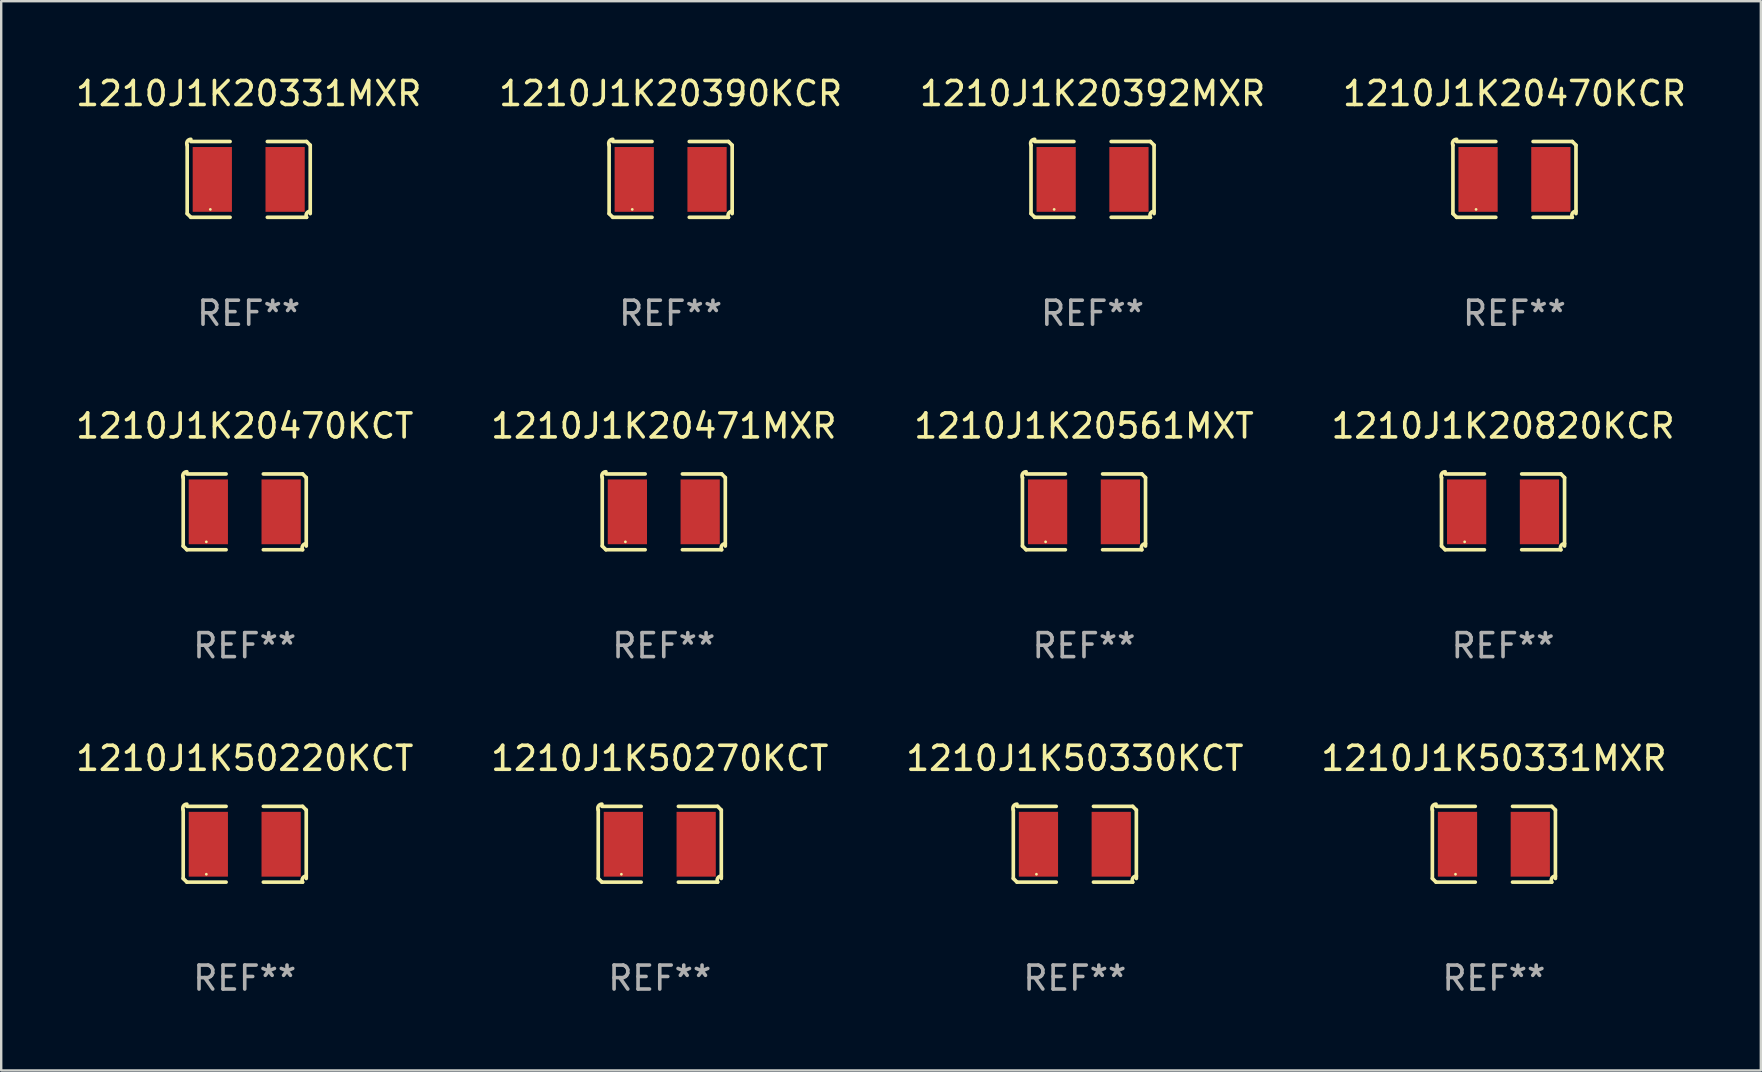
<source format=kicad_pcb>
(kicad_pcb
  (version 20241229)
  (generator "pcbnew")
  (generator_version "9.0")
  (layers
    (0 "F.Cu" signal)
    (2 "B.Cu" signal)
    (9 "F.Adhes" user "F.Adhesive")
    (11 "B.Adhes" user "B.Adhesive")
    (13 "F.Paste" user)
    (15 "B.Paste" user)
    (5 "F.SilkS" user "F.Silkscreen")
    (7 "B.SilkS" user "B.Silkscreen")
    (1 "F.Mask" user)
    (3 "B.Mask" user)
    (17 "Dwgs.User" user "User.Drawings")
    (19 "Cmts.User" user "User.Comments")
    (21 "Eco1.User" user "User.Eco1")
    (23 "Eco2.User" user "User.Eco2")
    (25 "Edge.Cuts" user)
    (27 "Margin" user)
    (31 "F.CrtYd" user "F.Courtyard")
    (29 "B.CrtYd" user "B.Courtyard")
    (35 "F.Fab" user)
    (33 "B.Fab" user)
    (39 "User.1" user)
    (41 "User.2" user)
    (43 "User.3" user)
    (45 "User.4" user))
  (footprint "1210J1K20561MXT"
    (layer "F.Cu")
    (at 42.125 18.281)
    (property "Reference" "1210J1K20561MXT" (at 0 -3.579 0) (layer "F.SilkS") (effects (font (size 1 1) (thickness 0.15))))
    (attr through_hole)
    (fp_line (start -2.564 1.426) (end -2.564 -1.426) (stroke (width 0.152) (type solid)) (layer "F.SilkS"))
    (fp_line (start -2.411 -1.579) (end -0.776 -1.579) (stroke (width 0.152) (type solid)) (layer "F.SilkS"))
    (fp_line (start -0.776 1.579) (end -2.411 1.579) (stroke (width 0.152) (type solid)) (layer "F.SilkS"))
    (fp_line (start 0.776 1.579) (end 2.411 1.579) (stroke (width 0.152) (type solid)) (layer "F.SilkS"))
    (fp_line (start 2.411 -1.579) (end 0.776 -1.579) (stroke (width 0.152) (type solid)) (layer "F.SilkS"))
    (fp_line (start 2.564 1.426) (end 2.564 -1.426) (stroke (width 0.152) (type solid)) (layer "F.SilkS"))
    (fp_arc (start -2.563602 -1.426213) (mid -2.555597 -1.591233) (end -2.411201 -1.671518) (stroke (width 0.1524) (type solid)) (layer "F.SilkS"))
    (fp_arc (start -2.5636 1.426214) (mid -2.487389 1.502402) (end -2.411201 1.578613) (stroke (width 0.1524) (type solid)) (layer "F.SilkS"))
    (fp_arc (start 2.411197 -1.578618) (mid 2.487403 -1.502419) (end 2.563602 -1.426213) (stroke (width 0.1524) (type solid)) (layer "F.SilkS"))
    (fp_arc (start 2.411201 1.578613) (mid 2.416214 1.409455) (end 2.563602 1.32629) (stroke (width 0.1524) (type solid)) (layer "F.SilkS"))
    (fp_circle (center -1.6 1.25) (end -1.57 1.25) (stroke (width 0.06) (type solid)) (fill no) (layer "F.SilkS"))
    (fp_text user "REF**" (at 0 5.579 0) (layer "F.Fab") (effects (font (size 1 1) (thickness 0.15))))
    (pad "1" smd rect (at -1.517 0) (size 1.635 2.7) (layers "F.Cu" "F.Mask" "F.Paste"))
    (pad "2" smd rect (at 1.517 0) (size 1.635 2.7) (layers "F.Cu" "F.Mask" "F.Paste")))
  (footprint "1210J1K50331MXR"
    (layer "F.Cu")
    (at 59.208 32.134)
    (property "Reference" "1210J1K50331MXR" (at 0 -3.579 0) (layer "F.SilkS") (effects (font (size 1 1) (thickness 0.15))))
    (attr through_hole)
    (fp_line (start -2.564 1.426) (end -2.564 -1.426) (stroke (width 0.152) (type solid)) (layer "F.SilkS"))
    (fp_line (start -2.411 -1.579) (end -0.776 -1.579) (stroke (width 0.152) (type solid)) (layer "F.SilkS"))
    (fp_line (start -0.776 1.579) (end -2.411 1.579) (stroke (width 0.152) (type solid)) (layer "F.SilkS"))
    (fp_line (start 0.776 1.579) (end 2.411 1.579) (stroke (width 0.152) (type solid)) (layer "F.SilkS"))
    (fp_line (start 2.411 -1.579) (end 0.776 -1.579) (stroke (width 0.152) (type solid)) (layer "F.SilkS"))
    (fp_line (start 2.564 1.426) (end 2.564 -1.426) (stroke (width 0.152) (type solid)) (layer "F.SilkS"))
    (fp_arc (start -2.563602 -1.426213) (mid -2.555597 -1.591233) (end -2.411201 -1.671518) (stroke (width 0.1524) (type solid)) (layer "F.SilkS"))
    (fp_arc (start -2.5636 1.426214) (mid -2.487389 1.502402) (end -2.411201 1.578613) (stroke (width 0.1524) (type solid)) (layer "F.SilkS"))
    (fp_arc (start 2.411197 -1.578618) (mid 2.487403 -1.502419) (end 2.563602 -1.426213) (stroke (width 0.1524) (type solid)) (layer "F.SilkS"))
    (fp_arc (start 2.411201 1.578613) (mid 2.416214 1.409455) (end 2.563602 1.32629) (stroke (width 0.1524) (type solid)) (layer "F.SilkS"))
    (fp_circle (center -1.6 1.25) (end -1.57 1.25) (stroke (width 0.06) (type solid)) (fill no) (layer "F.SilkS"))
    (fp_text user "REF**" (at 0 5.579 0) (layer "F.Fab") (effects (font (size 1 1) (thickness 0.15))))
    (pad "1" smd rect (at -1.517 0) (size 1.635 2.7) (layers "F.Cu" "F.Mask" "F.Paste"))
    (pad "2" smd rect (at 1.517 0) (size 1.635 2.7) (layers "F.Cu" "F.Mask" "F.Paste")))
  (footprint "1210J1K20820KCR"
    (layer "F.Cu")
    (at 59.589 18.281)
    (property "Reference" "1210J1K20820KCR" (at 0 -3.579 0) (layer "F.SilkS") (effects (font (size 1 1) (thickness 0.15))))
    (attr through_hole)
    (fp_line (start -2.564 1.426) (end -2.564 -1.426) (stroke (width 0.152) (type solid)) (layer "F.SilkS"))
    (fp_line (start -2.411 -1.579) (end -0.776 -1.579) (stroke (width 0.152) (type solid)) (layer "F.SilkS"))
    (fp_line (start -0.776 1.579) (end -2.411 1.579) (stroke (width 0.152) (type solid)) (layer "F.SilkS"))
    (fp_line (start 0.776 1.579) (end 2.411 1.579) (stroke (width 0.152) (type solid)) (layer "F.SilkS"))
    (fp_line (start 2.411 -1.579) (end 0.776 -1.579) (stroke (width 0.152) (type solid)) (layer "F.SilkS"))
    (fp_line (start 2.564 1.426) (end 2.564 -1.426) (stroke (width 0.152) (type solid)) (layer "F.SilkS"))
    (fp_arc (start -2.563602 -1.426213) (mid -2.555597 -1.591233) (end -2.411201 -1.671518) (stroke (width 0.1524) (type solid)) (layer "F.SilkS"))
    (fp_arc (start -2.5636 1.426214) (mid -2.487389 1.502402) (end -2.411201 1.578613) (stroke (width 0.1524) (type solid)) (layer "F.SilkS"))
    (fp_arc (start 2.411197 -1.578618) (mid 2.487403 -1.502419) (end 2.563602 -1.426213) (stroke (width 0.1524) (type solid)) (layer "F.SilkS"))
    (fp_arc (start 2.411201 1.578613) (mid 2.416214 1.409455) (end 2.563602 1.32629) (stroke (width 0.1524) (type solid)) (layer "F.SilkS"))
    (fp_circle (center -1.6 1.25) (end -1.57 1.25) (stroke (width 0.06) (type solid)) (fill no) (layer "F.SilkS"))
    (fp_text user "REF**" (at 0 5.579 0) (layer "F.Fab") (effects (font (size 1 1) (thickness 0.15))))
    (pad "1" smd rect (at -1.517 0) (size 1.635 2.7) (layers "F.Cu" "F.Mask" "F.Paste"))
    (pad "2" smd rect (at 1.517 0) (size 1.635 2.7) (layers "F.Cu" "F.Mask" "F.Paste")))
  (footprint "1210J1K20331MXR"
    (layer "F.Cu")
    (at 7.315 4.427)
    (property "Reference" "1210J1K20331MXR" (at 0 -3.579 0) (layer "F.SilkS") (effects (font (size 1 1) (thickness 0.15))))
    (attr through_hole)
    (fp_line (start -2.564 1.426) (end -2.564 -1.426) (stroke (width 0.152) (type solid)) (layer "F.SilkS"))
    (fp_line (start -2.411 -1.579) (end -0.776 -1.579) (stroke (width 0.152) (type solid)) (layer "F.SilkS"))
    (fp_line (start -0.776 1.579) (end -2.411 1.579) (stroke (width 0.152) (type solid)) (layer "F.SilkS"))
    (fp_line (start 0.776 1.579) (end 2.411 1.579) (stroke (width 0.152) (type solid)) (layer "F.SilkS"))
    (fp_line (start 2.411 -1.579) (end 0.776 -1.579) (stroke (width 0.152) (type solid)) (layer "F.SilkS"))
    (fp_line (start 2.564 1.426) (end 2.564 -1.426) (stroke (width 0.152) (type solid)) (layer "F.SilkS"))
    (fp_arc (start -2.563602 -1.426213) (mid -2.555597 -1.591233) (end -2.411201 -1.671518) (stroke (width 0.1524) (type solid)) (layer "F.SilkS"))
    (fp_arc (start -2.5636 1.426214) (mid -2.487389 1.502402) (end -2.411201 1.578613) (stroke (width 0.1524) (type solid)) (layer "F.SilkS"))
    (fp_arc (start 2.411197 -1.578618) (mid 2.487403 -1.502419) (end 2.563602 -1.426213) (stroke (width 0.1524) (type solid)) (layer "F.SilkS"))
    (fp_arc (start 2.411201 1.578613) (mid 2.416214 1.409455) (end 2.563602 1.32629) (stroke (width 0.1524) (type solid)) (layer "F.SilkS"))
    (fp_circle (center -1.6 1.25) (end -1.57 1.25) (stroke (width 0.06) (type solid)) (fill no) (layer "F.SilkS"))
    (fp_text user "REF**" (at 0 5.579 0) (layer "F.Fab") (effects (font (size 1 1) (thickness 0.15))))
    (pad "1" smd rect (at -1.517 0) (size 1.635 2.7) (layers "F.Cu" "F.Mask" "F.Paste"))
    (pad "2" smd rect (at 1.517 0) (size 1.635 2.7) (layers "F.Cu" "F.Mask" "F.Paste")))
  (footprint "1210J1K20392MXR"
    (layer "F.Cu")
    (at 42.482 4.427)
    (property "Reference" "1210J1K20392MXR" (at 0 -3.579 0) (layer "F.SilkS") (effects (font (size 1 1) (thickness 0.15))))
    (attr through_hole)
    (fp_line (start -2.564 1.426) (end -2.564 -1.426) (stroke (width 0.152) (type solid)) (layer "F.SilkS"))
    (fp_line (start -2.411 -1.579) (end -0.776 -1.579) (stroke (width 0.152) (type solid)) (layer "F.SilkS"))
    (fp_line (start -0.776 1.579) (end -2.411 1.579) (stroke (width 0.152) (type solid)) (layer "F.SilkS"))
    (fp_line (start 0.776 1.579) (end 2.411 1.579) (stroke (width 0.152) (type solid)) (layer "F.SilkS"))
    (fp_line (start 2.411 -1.579) (end 0.776 -1.579) (stroke (width 0.152) (type solid)) (layer "F.SilkS"))
    (fp_line (start 2.564 1.426) (end 2.564 -1.426) (stroke (width 0.152) (type solid)) (layer "F.SilkS"))
    (fp_arc (start -2.563602 -1.426213) (mid -2.555597 -1.591233) (end -2.411201 -1.671518) (stroke (width 0.1524) (type solid)) (layer "F.SilkS"))
    (fp_arc (start -2.5636 1.426214) (mid -2.487389 1.502402) (end -2.411201 1.578613) (stroke (width 0.1524) (type solid)) (layer "F.SilkS"))
    (fp_arc (start 2.411197 -1.578618) (mid 2.487403 -1.502419) (end 2.563602 -1.426213) (stroke (width 0.1524) (type solid)) (layer "F.SilkS"))
    (fp_arc (start 2.411201 1.578613) (mid 2.416214 1.409455) (end 2.563602 1.32629) (stroke (width 0.1524) (type solid)) (layer "F.SilkS"))
    (fp_circle (center -1.6 1.25) (end -1.57 1.25) (stroke (width 0.06) (type solid)) (fill no) (layer "F.SilkS"))
    (fp_text user "REF**" (at 0 5.579 0) (layer "F.Fab") (effects (font (size 1 1) (thickness 0.15))))
    (pad "1" smd rect (at -1.517 0) (size 1.635 2.7) (layers "F.Cu" "F.Mask" "F.Paste"))
    (pad "2" smd rect (at 1.517 0) (size 1.635 2.7) (layers "F.Cu" "F.Mask" "F.Paste")))
  (footprint "1210J1K20470KCT"
    (layer "F.Cu")
    (at 7.149 18.281)
    (property "Reference" "1210J1K20470KCT" (at 0 -3.579 0) (layer "F.SilkS") (effects (font (size 1 1) (thickness 0.15))))
    (attr through_hole)
    (fp_line (start -2.564 1.426) (end -2.564 -1.426) (stroke (width 0.152) (type solid)) (layer "F.SilkS"))
    (fp_line (start -2.411 -1.579) (end -0.776 -1.579) (stroke (width 0.152) (type solid)) (layer "F.SilkS"))
    (fp_line (start -0.776 1.579) (end -2.411 1.579) (stroke (width 0.152) (type solid)) (layer "F.SilkS"))
    (fp_line (start 0.776 1.579) (end 2.411 1.579) (stroke (width 0.152) (type solid)) (layer "F.SilkS"))
    (fp_line (start 2.411 -1.579) (end 0.776 -1.579) (stroke (width 0.152) (type solid)) (layer "F.SilkS"))
    (fp_line (start 2.564 1.426) (end 2.564 -1.426) (stroke (width 0.152) (type solid)) (layer "F.SilkS"))
    (fp_arc (start -2.563602 -1.426213) (mid -2.555597 -1.591233) (end -2.411201 -1.671518) (stroke (width 0.1524) (type solid)) (layer "F.SilkS"))
    (fp_arc (start -2.5636 1.426214) (mid -2.487389 1.502402) (end -2.411201 1.578613) (stroke (width 0.1524) (type solid)) (layer "F.SilkS"))
    (fp_arc (start 2.411197 -1.578618) (mid 2.487403 -1.502419) (end 2.563602 -1.426213) (stroke (width 0.1524) (type solid)) (layer "F.SilkS"))
    (fp_arc (start 2.411201 1.578613) (mid 2.416214 1.409455) (end 2.563602 1.32629) (stroke (width 0.1524) (type solid)) (layer "F.SilkS"))
    (fp_circle (center -1.6 1.25) (end -1.57 1.25) (stroke (width 0.06) (type solid)) (fill no) (layer "F.SilkS"))
    (fp_text user "REF**" (at 0 5.579 0) (layer "F.Fab") (effects (font (size 1 1) (thickness 0.15))))
    (pad "1" smd rect (at -1.517 0) (size 1.635 2.7) (layers "F.Cu" "F.Mask" "F.Paste"))
    (pad "2" smd rect (at 1.517 0) (size 1.635 2.7) (layers "F.Cu" "F.Mask" "F.Paste")))
  (footprint "1210J1K20470KCR"
    (layer "F.Cu")
    (at 60.065 4.427)
    (property "Reference" "1210J1K20470KCR" (at 0 -3.579 0) (layer "F.SilkS") (effects (font (size 1 1) (thickness 0.15))))
    (attr through_hole)
    (fp_line (start -2.564 1.426) (end -2.564 -1.426) (stroke (width 0.152) (type solid)) (layer "F.SilkS"))
    (fp_line (start -2.411 -1.579) (end -0.776 -1.579) (stroke (width 0.152) (type solid)) (layer "F.SilkS"))
    (fp_line (start -0.776 1.579) (end -2.411 1.579) (stroke (width 0.152) (type solid)) (layer "F.SilkS"))
    (fp_line (start 0.776 1.579) (end 2.411 1.579) (stroke (width 0.152) (type solid)) (layer "F.SilkS"))
    (fp_line (start 2.411 -1.579) (end 0.776 -1.579) (stroke (width 0.152) (type solid)) (layer "F.SilkS"))
    (fp_line (start 2.564 1.426) (end 2.564 -1.426) (stroke (width 0.152) (type solid)) (layer "F.SilkS"))
    (fp_arc (start -2.563602 -1.426213) (mid -2.555597 -1.591233) (end -2.411201 -1.671518) (stroke (width 0.1524) (type solid)) (layer "F.SilkS"))
    (fp_arc (start -2.5636 1.426214) (mid -2.487389 1.502402) (end -2.411201 1.578613) (stroke (width 0.1524) (type solid)) (layer "F.SilkS"))
    (fp_arc (start 2.411197 -1.578618) (mid 2.487403 -1.502419) (end 2.563602 -1.426213) (stroke (width 0.1524) (type solid)) (layer "F.SilkS"))
    (fp_arc (start 2.411201 1.578613) (mid 2.416214 1.409455) (end 2.563602 1.32629) (stroke (width 0.1524) (type solid)) (layer "F.SilkS"))
    (fp_circle (center -1.6 1.25) (end -1.57 1.25) (stroke (width 0.06) (type solid)) (fill no) (layer "F.SilkS"))
    (fp_text user "REF**" (at 0 5.579 0) (layer "F.Fab") (effects (font (size 1 1) (thickness 0.15))))
    (pad "1" smd rect (at -1.517 0) (size 1.635 2.7) (layers "F.Cu" "F.Mask" "F.Paste"))
    (pad "2" smd rect (at 1.517 0) (size 1.635 2.7) (layers "F.Cu" "F.Mask" "F.Paste")))
  (footprint "1210J1K20471MXR"
    (layer "F.Cu")
    (at 24.613 18.281)
    (property "Reference" "1210J1K20471MXR" (at 0 -3.579 0) (layer "F.SilkS") (effects (font (size 1 1) (thickness 0.15))))
    (attr through_hole)
    (fp_line (start -2.564 1.426) (end -2.564 -1.426) (stroke (width 0.152) (type solid)) (layer "F.SilkS"))
    (fp_line (start -2.411 -1.579) (end -0.776 -1.579) (stroke (width 0.152) (type solid)) (layer "F.SilkS"))
    (fp_line (start -0.776 1.579) (end -2.411 1.579) (stroke (width 0.152) (type solid)) (layer "F.SilkS"))
    (fp_line (start 0.776 1.579) (end 2.411 1.579) (stroke (width 0.152) (type solid)) (layer "F.SilkS"))
    (fp_line (start 2.411 -1.579) (end 0.776 -1.579) (stroke (width 0.152) (type solid)) (layer "F.SilkS"))
    (fp_line (start 2.564 1.426) (end 2.564 -1.426) (stroke (width 0.152) (type solid)) (layer "F.SilkS"))
    (fp_arc (start -2.563602 -1.426213) (mid -2.555597 -1.591233) (end -2.411201 -1.671518) (stroke (width 0.1524) (type solid)) (layer "F.SilkS"))
    (fp_arc (start -2.5636 1.426214) (mid -2.487389 1.502402) (end -2.411201 1.578613) (stroke (width 0.1524) (type solid)) (layer "F.SilkS"))
    (fp_arc (start 2.411197 -1.578618) (mid 2.487403 -1.502419) (end 2.563602 -1.426213) (stroke (width 0.1524) (type solid)) (layer "F.SilkS"))
    (fp_arc (start 2.411201 1.578613) (mid 2.416214 1.409455) (end 2.563602 1.32629) (stroke (width 0.1524) (type solid)) (layer "F.SilkS"))
    (fp_circle (center -1.6 1.25) (end -1.57 1.25) (stroke (width 0.06) (type solid)) (fill no) (layer "F.SilkS"))
    (fp_text user "REF**" (at 0 5.579 0) (layer "F.Fab") (effects (font (size 1 1) (thickness 0.15))))
    (pad "1" smd rect (at -1.517 0) (size 1.635 2.7) (layers "F.Cu" "F.Mask" "F.Paste"))
    (pad "2" smd rect (at 1.517 0) (size 1.635 2.7) (layers "F.Cu" "F.Mask" "F.Paste")))
  (footprint "1210J1K50330KCT"
    (layer "F.Cu")
    (at 41.744 32.134)
    (property "Reference" "1210J1K50330KCT" (at 0 -3.579 0) (layer "F.SilkS") (effects (font (size 1 1) (thickness 0.15))))
    (attr through_hole)
    (fp_line (start -2.564 1.426) (end -2.564 -1.426) (stroke (width 0.152) (type solid)) (layer "F.SilkS"))
    (fp_line (start -2.411 -1.579) (end -0.776 -1.579) (stroke (width 0.152) (type solid)) (layer "F.SilkS"))
    (fp_line (start -0.776 1.579) (end -2.411 1.579) (stroke (width 0.152) (type solid)) (layer "F.SilkS"))
    (fp_line (start 0.776 1.579) (end 2.411 1.579) (stroke (width 0.152) (type solid)) (layer "F.SilkS"))
    (fp_line (start 2.411 -1.579) (end 0.776 -1.579) (stroke (width 0.152) (type solid)) (layer "F.SilkS"))
    (fp_line (start 2.564 1.426) (end 2.564 -1.426) (stroke (width 0.152) (type solid)) (layer "F.SilkS"))
    (fp_arc (start -2.563602 -1.426213) (mid -2.555597 -1.591233) (end -2.411201 -1.671518) (stroke (width 0.1524) (type solid)) (layer "F.SilkS"))
    (fp_arc (start -2.5636 1.426214) (mid -2.487389 1.502402) (end -2.411201 1.578613) (stroke (width 0.1524) (type solid)) (layer "F.SilkS"))
    (fp_arc (start 2.411197 -1.578618) (mid 2.487403 -1.502419) (end 2.563602 -1.426213) (stroke (width 0.1524) (type solid)) (layer "F.SilkS"))
    (fp_arc (start 2.411201 1.578613) (mid 2.416214 1.409455) (end 2.563602 1.32629) (stroke (width 0.1524) (type solid)) (layer "F.SilkS"))
    (fp_circle (center -1.6 1.25) (end -1.57 1.25) (stroke (width 0.06) (type solid)) (fill no) (layer "F.SilkS"))
    (fp_text user "REF**" (at 0 5.579 0) (layer "F.Fab") (effects (font (size 1 1) (thickness 0.15))))
    (pad "1" smd rect (at -1.517 0) (size 1.635 2.7) (layers "F.Cu" "F.Mask" "F.Paste"))
    (pad "2" smd rect (at 1.517 0) (size 1.635 2.7) (layers "F.Cu" "F.Mask" "F.Paste")))
  (footprint "1210J1K50270KCT"
    (layer "F.Cu")
    (at 24.446 32.134)
    (property "Reference" "1210J1K50270KCT" (at 0 -3.579 0) (layer "F.SilkS") (effects (font (size 1 1) (thickness 0.15))))
    (attr through_hole)
    (fp_line (start -2.564 1.426) (end -2.564 -1.426) (stroke (width 0.152) (type solid)) (layer "F.SilkS"))
    (fp_line (start -2.411 -1.579) (end -0.776 -1.579) (stroke (width 0.152) (type solid)) (layer "F.SilkS"))
    (fp_line (start -0.776 1.579) (end -2.411 1.579) (stroke (width 0.152) (type solid)) (layer "F.SilkS"))
    (fp_line (start 0.776 1.579) (end 2.411 1.579) (stroke (width 0.152) (type solid)) (layer "F.SilkS"))
    (fp_line (start 2.411 -1.579) (end 0.776 -1.579) (stroke (width 0.152) (type solid)) (layer "F.SilkS"))
    (fp_line (start 2.564 1.426) (end 2.564 -1.426) (stroke (width 0.152) (type solid)) (layer "F.SilkS"))
    (fp_arc (start -2.563602 -1.426213) (mid -2.555597 -1.591233) (end -2.411201 -1.671518) (stroke (width 0.1524) (type solid)) (layer "F.SilkS"))
    (fp_arc (start -2.5636 1.426214) (mid -2.487389 1.502402) (end -2.411201 1.578613) (stroke (width 0.1524) (type solid)) (layer "F.SilkS"))
    (fp_arc (start 2.411197 -1.578618) (mid 2.487403 -1.502419) (end 2.563602 -1.426213) (stroke (width 0.1524) (type solid)) (layer "F.SilkS"))
    (fp_arc (start 2.411201 1.578613) (mid 2.416214 1.409455) (end 2.563602 1.32629) (stroke (width 0.1524) (type solid)) (layer "F.SilkS"))
    (fp_circle (center -1.6 1.25) (end -1.57 1.25) (stroke (width 0.06) (type solid)) (fill no) (layer "F.SilkS"))
    (fp_text user "REF**" (at 0 5.579 0) (layer "F.Fab") (effects (font (size 1 1) (thickness 0.15))))
    (pad "1" smd rect (at -1.517 0) (size 1.635 2.7) (layers "F.Cu" "F.Mask" "F.Paste"))
    (pad "2" smd rect (at 1.517 0) (size 1.635 2.7) (layers "F.Cu" "F.Mask" "F.Paste")))
  (footprint "1210J1K50220KCT"
    (layer "F.Cu")
    (at 7.149 32.134)
    (property "Reference" "1210J1K50220KCT" (at 0 -3.579 0) (layer "F.SilkS") (effects (font (size 1 1) (thickness 0.15))))
    (attr through_hole)
    (fp_line (start -2.564 1.426) (end -2.564 -1.426) (stroke (width 0.152) (type solid)) (layer "F.SilkS"))
    (fp_line (start -2.411 -1.579) (end -0.776 -1.579) (stroke (width 0.152) (type solid)) (layer "F.SilkS"))
    (fp_line (start -0.776 1.579) (end -2.411 1.579) (stroke (width 0.152) (type solid)) (layer "F.SilkS"))
    (fp_line (start 0.776 1.579) (end 2.411 1.579) (stroke (width 0.152) (type solid)) (layer "F.SilkS"))
    (fp_line (start 2.411 -1.579) (end 0.776 -1.579) (stroke (width 0.152) (type solid)) (layer "F.SilkS"))
    (fp_line (start 2.564 1.426) (end 2.564 -1.426) (stroke (width 0.152) (type solid)) (layer "F.SilkS"))
    (fp_arc (start -2.563602 -1.426213) (mid -2.555597 -1.591233) (end -2.411201 -1.671518) (stroke (width 0.1524) (type solid)) (layer "F.SilkS"))
    (fp_arc (start -2.5636 1.426214) (mid -2.487389 1.502402) (end -2.411201 1.578613) (stroke (width 0.1524) (type solid)) (layer "F.SilkS"))
    (fp_arc (start 2.411197 -1.578618) (mid 2.487403 -1.502419) (end 2.563602 -1.426213) (stroke (width 0.1524) (type solid)) (layer "F.SilkS"))
    (fp_arc (start 2.411201 1.578613) (mid 2.416214 1.409455) (end 2.563602 1.32629) (stroke (width 0.1524) (type solid)) (layer "F.SilkS"))
    (fp_circle (center -1.6 1.25) (end -1.57 1.25) (stroke (width 0.06) (type solid)) (fill no) (layer "F.SilkS"))
    (fp_text user "REF**" (at 0 5.579 0) (layer "F.Fab") (effects (font (size 1 1) (thickness 0.15))))
    (pad "1" smd rect (at -1.517 0) (size 1.635 2.7) (layers "F.Cu" "F.Mask" "F.Paste"))
    (pad "2" smd rect (at 1.517 0) (size 1.635 2.7) (layers "F.Cu" "F.Mask" "F.Paste")))
  (footprint "1210J1K20390KCR"
    (layer "F.Cu")
    (at 24.899 4.427)
    (property "Reference" "1210J1K20390KCR" (at 0 -3.579 0) (layer "F.SilkS") (effects (font (size 1 1) (thickness 0.15))))
    (attr through_hole)
    (fp_line (start -2.564 1.426) (end -2.564 -1.426) (stroke (width 0.152) (type solid)) (layer "F.SilkS"))
    (fp_line (start -2.411 -1.579) (end -0.776 -1.579) (stroke (width 0.152) (type solid)) (layer "F.SilkS"))
    (fp_line (start -0.776 1.579) (end -2.411 1.579) (stroke (width 0.152) (type solid)) (layer "F.SilkS"))
    (fp_line (start 0.776 1.579) (end 2.411 1.579) (stroke (width 0.152) (type solid)) (layer "F.SilkS"))
    (fp_line (start 2.411 -1.579) (end 0.776 -1.579) (stroke (width 0.152) (type solid)) (layer "F.SilkS"))
    (fp_line (start 2.564 1.426) (end 2.564 -1.426) (stroke (width 0.152) (type solid)) (layer "F.SilkS"))
    (fp_arc (start -2.563602 -1.426213) (mid -2.555597 -1.591233) (end -2.411201 -1.671518) (stroke (width 0.1524) (type solid)) (layer "F.SilkS"))
    (fp_arc (start -2.5636 1.426214) (mid -2.487389 1.502402) (end -2.411201 1.578613) (stroke (width 0.1524) (type solid)) (layer "F.SilkS"))
    (fp_arc (start 2.411197 -1.578618) (mid 2.487403 -1.502419) (end 2.563602 -1.426213) (stroke (width 0.1524) (type solid)) (layer "F.SilkS"))
    (fp_arc (start 2.411201 1.578613) (mid 2.416214 1.409455) (end 2.563602 1.32629) (stroke (width 0.1524) (type solid)) (layer "F.SilkS"))
    (fp_circle (center -1.6 1.25) (end -1.57 1.25) (stroke (width 0.06) (type solid)) (fill no) (layer "F.SilkS"))
    (fp_text user "REF**" (at 0 5.579 0) (layer "F.Fab") (effects (font (size 1 1) (thickness 0.15))))
    (pad "1" smd rect (at -1.517 0) (size 1.635 2.7) (layers "F.Cu" "F.Mask" "F.Paste"))
    (pad "2" smd rect (at 1.517 0) (size 1.635 2.7) (layers "F.Cu" "F.Mask" "F.Paste")))
  (gr_rect
    (start -3 -3)
    (end 70.333 41.561)
    (stroke (width 0.1) (type default))
    (fill no)
    (layer "Edge.Cuts")))
</source>
